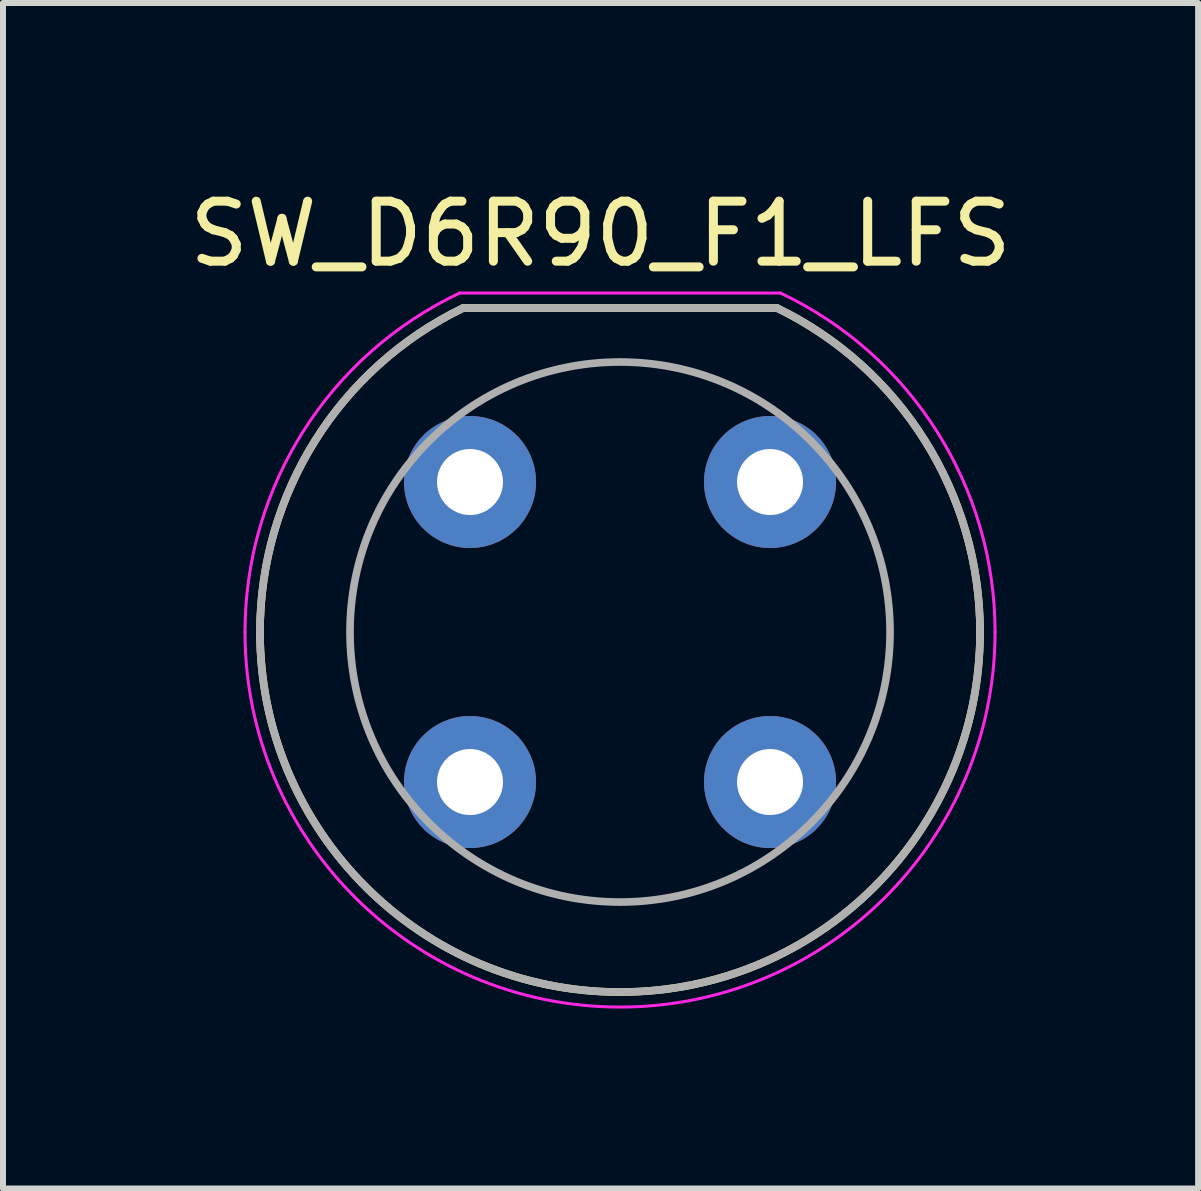
<source format=kicad_pcb>
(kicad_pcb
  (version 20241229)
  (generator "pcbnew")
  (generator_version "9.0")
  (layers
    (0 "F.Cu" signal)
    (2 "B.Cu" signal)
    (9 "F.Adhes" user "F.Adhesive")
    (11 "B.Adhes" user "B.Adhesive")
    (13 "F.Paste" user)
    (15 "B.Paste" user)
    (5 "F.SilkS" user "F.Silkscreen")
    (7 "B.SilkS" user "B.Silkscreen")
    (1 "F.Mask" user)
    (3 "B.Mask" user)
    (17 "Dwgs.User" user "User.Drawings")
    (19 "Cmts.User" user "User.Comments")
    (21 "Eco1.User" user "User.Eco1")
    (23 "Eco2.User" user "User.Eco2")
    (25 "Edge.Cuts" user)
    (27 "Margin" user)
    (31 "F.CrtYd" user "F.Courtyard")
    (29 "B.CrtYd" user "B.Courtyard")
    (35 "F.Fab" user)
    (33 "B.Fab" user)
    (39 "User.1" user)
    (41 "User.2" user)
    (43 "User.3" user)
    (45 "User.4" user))
  (footprint "SW_D6R90_F1_LFS"
    (layer "F.Cu")
    (at 7.283 7.483)
    (property "Reference" "SW_D6R90_F1_LFS" (at -0.325 -6.635 0) (layer "F.SilkS") (effects (font (size 1 1) (thickness 0.15))))
    (attr through_hole)
    (fp_line (start -2.615 -5.4) (end 2.615 -5.4) (stroke (width 0.127) (type solid)) (layer "F.SilkS"))
    (fp_arc (start -6 0) (mid -5.083648 -3.18653) (end -2.615 -5.4) (stroke (width 0.127) (type solid)) (layer "F.SilkS"))
    (fp_arc (start 2.615 -5.4) (mid 5.083263 -3.186288) (end 5.999999 0) (stroke (width 0.127) (type solid)) (layer "F.SilkS"))
    (fp_arc (start 6 0) (mid 0 6) (end -6 0) (stroke (width 0.127) (type solid)) (layer "F.SilkS"))
    (fp_line (start -2.672 -5.65) (end 2.672 -5.65) (stroke (width 0.05) (type solid)) (layer "F.CrtYd"))
    (fp_arc (start -6.25 0) (mid -5.280213 -3.343787) (end -2.672 -5.65) (stroke (width 0.05) (type solid)) (layer "F.CrtYd"))
    (fp_arc (start 2.672 -5.65) (mid 5.280511 -3.343976) (end 6.25 0) (stroke (width 0.05) (type solid)) (layer "F.CrtYd"))
    (fp_arc (start 6.25 0) (mid 0 6.25) (end -6.25 0) (stroke (width 0.05) (type solid)) (layer "F.CrtYd"))
    (fp_line (start -2.615 -5.4) (end 2.615 -5.4) (stroke (width 0.127) (type solid)) (layer "F.Fab"))
    (fp_arc (start -6 0) (mid -5.083648 -3.18653) (end -2.615 -5.4) (stroke (width 0.127) (type solid)) (layer "F.Fab"))
    (fp_arc (start 2.615 -5.4) (mid 5.083263 -3.186288) (end 5.999999 0) (stroke (width 0.127) (type solid)) (layer "F.Fab"))
    (fp_arc (start 6 0) (mid 0 6) (end -6 0) (stroke (width 0.127) (type solid)) (layer "F.Fab"))
    (fp_circle (center 0 0) (end 4.5 0) (stroke (width 0.127) (type solid)) (fill no) (layer "F.Fab"))
    (pad "1" thru_hole circle (at -2.5 -2.5) (size 2.2 2.2) (drill 1.1) (layers "*.Cu" "*.Mask"))
    (pad "2" thru_hole circle (at -2.5 2.5) (size 2.2 2.2) (drill 1.1) (layers "*.Cu" "*.Mask"))
    (pad "3" thru_hole circle (at 2.5 2.5) (size 2.2 2.2) (drill 1.1) (layers "*.Cu" "*.Mask"))
    (pad "4" thru_hole circle (at 2.5 -2.5) (size 2.2 2.2) (drill 1.1) (layers "*.Cu" "*.Mask")))
  (gr_rect
    (start -3 -3)
    (end 16.917 16.758)
    (stroke (width 0.1) (type default))
    (fill no)
    (layer "Edge.Cuts")))
</source>
